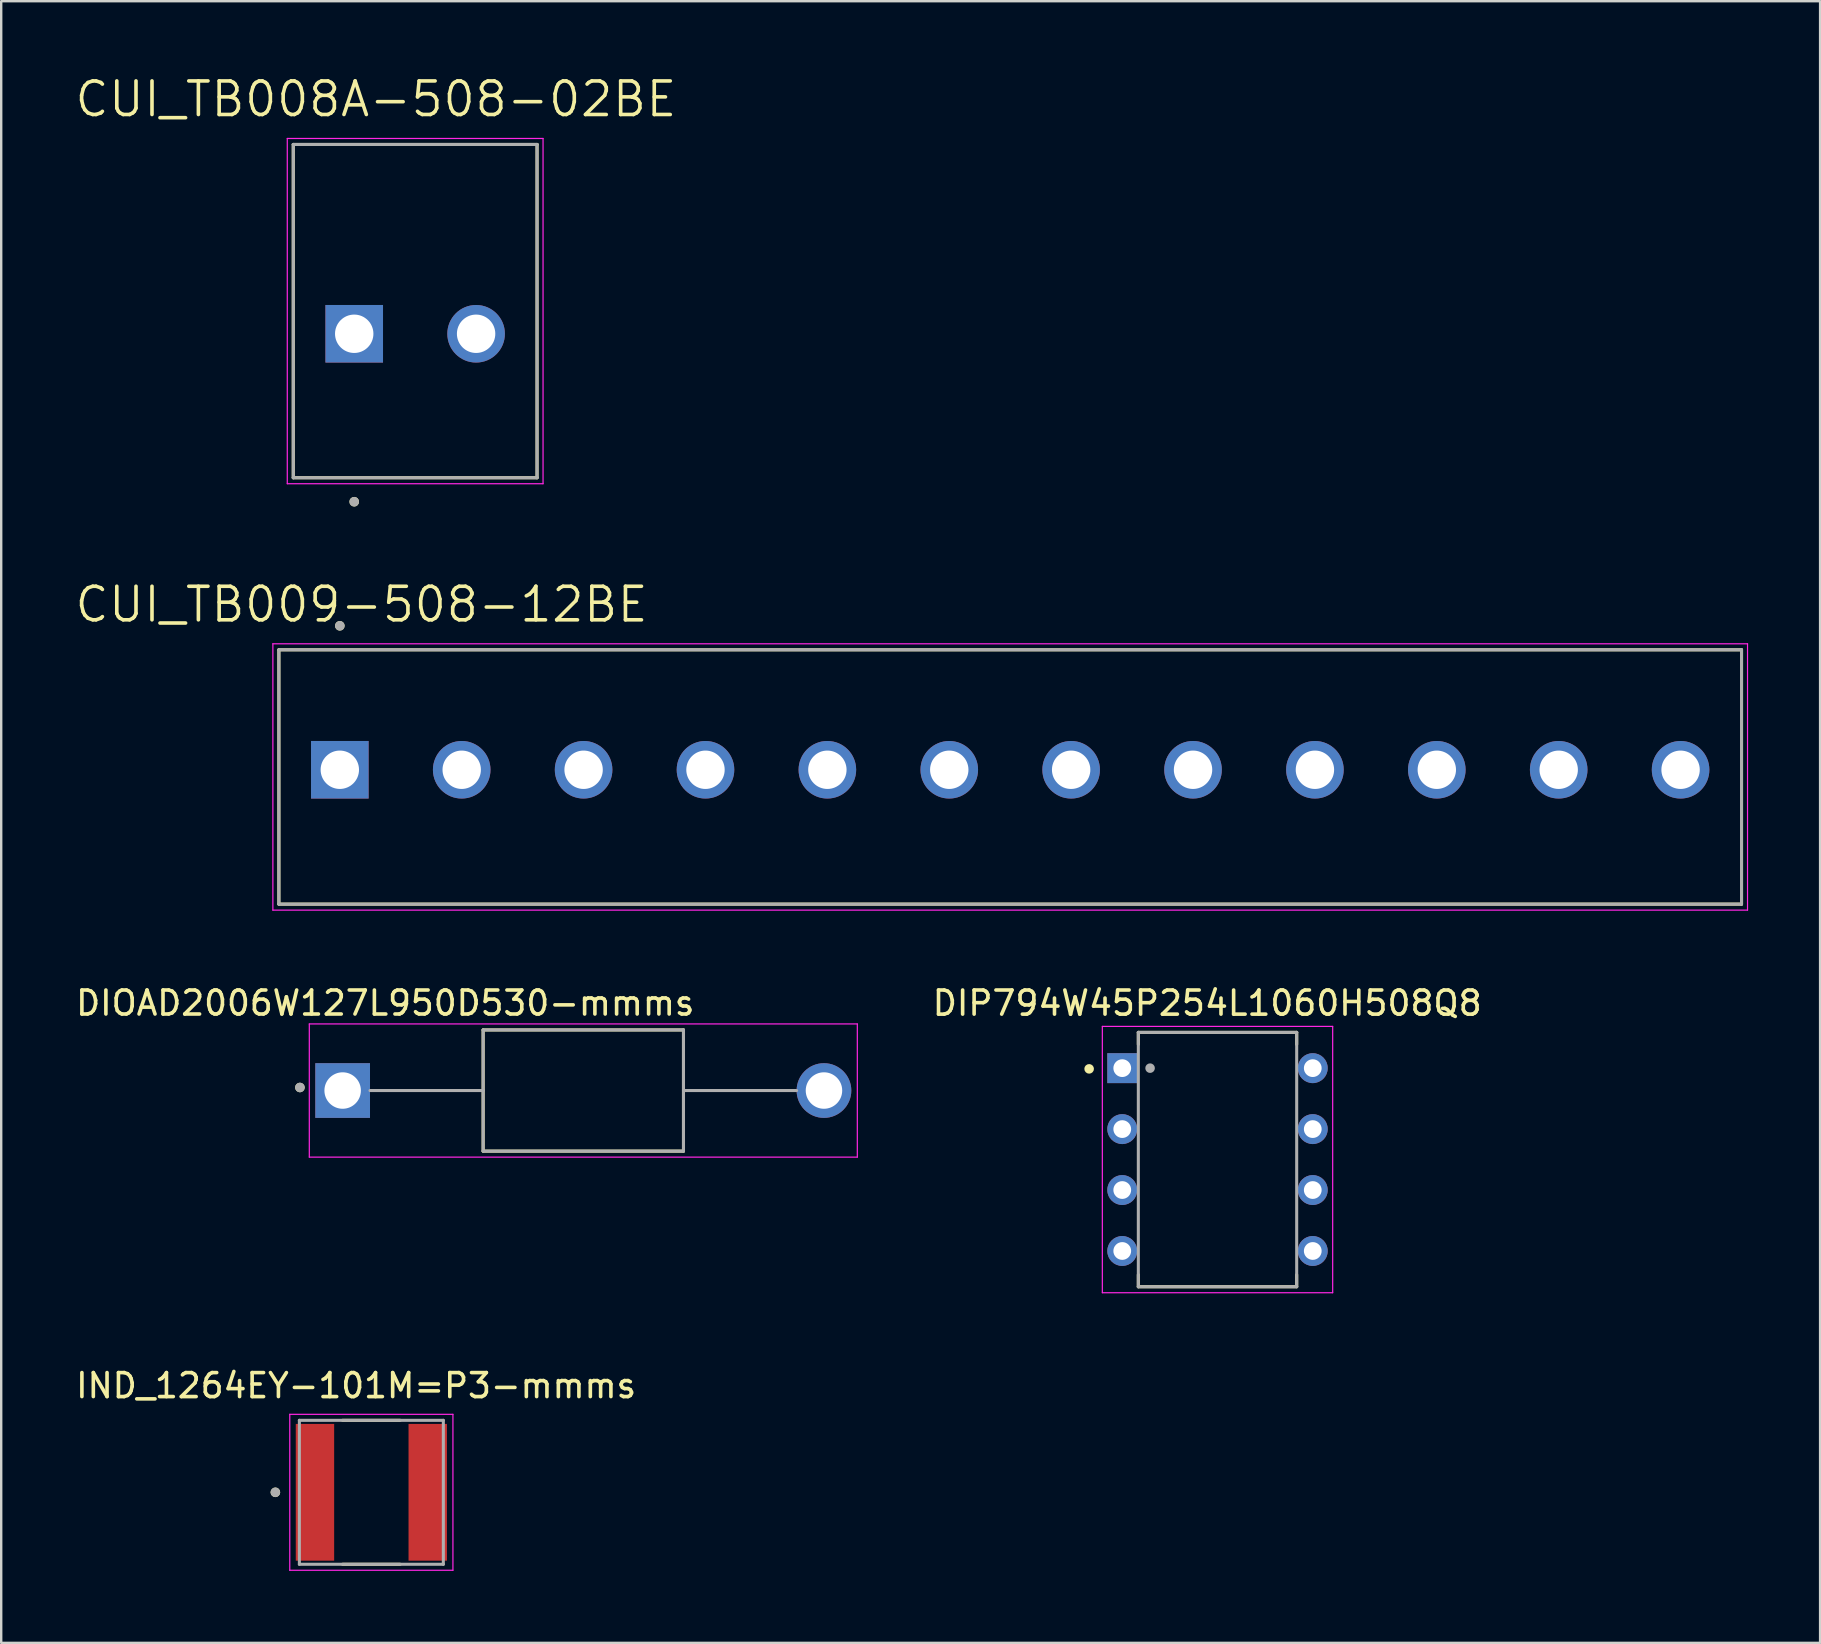
<source format=kicad_pcb>
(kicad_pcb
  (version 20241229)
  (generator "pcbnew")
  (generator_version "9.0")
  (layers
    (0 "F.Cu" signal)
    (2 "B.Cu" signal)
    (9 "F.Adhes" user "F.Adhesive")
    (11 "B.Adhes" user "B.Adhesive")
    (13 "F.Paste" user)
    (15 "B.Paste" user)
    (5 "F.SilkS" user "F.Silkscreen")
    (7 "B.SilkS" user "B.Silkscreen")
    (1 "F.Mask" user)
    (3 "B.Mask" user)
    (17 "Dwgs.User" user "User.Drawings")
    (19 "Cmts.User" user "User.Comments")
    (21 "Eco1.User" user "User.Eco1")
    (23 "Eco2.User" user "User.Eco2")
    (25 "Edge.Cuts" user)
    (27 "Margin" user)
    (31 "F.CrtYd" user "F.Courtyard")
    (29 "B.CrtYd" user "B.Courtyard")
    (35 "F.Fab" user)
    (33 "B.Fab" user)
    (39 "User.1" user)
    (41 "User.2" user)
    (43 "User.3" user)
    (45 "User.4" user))
  (footprint "DIOAD2006W127L950D530-mmms"
    (layer "F.Cu")
    (at 21.261 42.401)
    (property "Reference" "DIOAD2006W127L950D530-mmms" (at -8.255 -3.645 0) (layer "F.SilkS") (effects (font (size 1 1) (thickness 0.15))))
    (attr through_hole)
    (fp_line (start -4.175 -2.525) (end 4.175 -2.525) (stroke (width 0.127) (type solid)) (layer "F.SilkS"))
    (fp_line (start -4.175 2.525) (end -4.175 -2.525) (stroke (width 0.127) (type solid)) (layer "F.SilkS"))
    (fp_line (start 4.175 -2.525) (end 4.175 2.525) (stroke (width 0.127) (type solid)) (layer "F.SilkS"))
    (fp_line (start 4.175 2.525) (end -4.175 2.525) (stroke (width 0.127) (type solid)) (layer "F.SilkS"))
    (fp_circle (center -11.811 -0.127) (end -11.711 -0.127) (stroke (width 0.2) (type solid)) (fill no) (layer "F.SilkS"))
    (fp_line (start -11.42 -2.775) (end 11.42 -2.775) (stroke (width 0.05) (type solid)) (layer "F.CrtYd"))
    (fp_line (start -11.42 2.775) (end -11.42 -2.775) (stroke (width 0.05) (type solid)) (layer "F.CrtYd"))
    (fp_line (start 11.42 -2.775) (end 11.42 2.775) (stroke (width 0.05) (type solid)) (layer "F.CrtYd"))
    (fp_line (start 11.42 2.775) (end -11.42 2.775) (stroke (width 0.05) (type solid)) (layer "F.CrtYd"))
    (fp_line (start -4.175 -2.525) (end 4.175 -2.525) (stroke (width 0.127) (type solid)) (layer "F.Fab"))
    (fp_line (start -4.175 0) (end -8.89 0) (stroke (width 0.127) (type solid)) (layer "F.Fab"))
    (fp_line (start -4.175 0) (end -4.175 -2.525) (stroke (width 0.127) (type solid)) (layer "F.Fab"))
    (fp_line (start -4.175 2.525) (end -4.175 0) (stroke (width 0.127) (type solid)) (layer "F.Fab"))
    (fp_line (start 4.175 -2.525) (end 4.175 0) (stroke (width 0.127) (type solid)) (layer "F.Fab"))
    (fp_line (start 4.175 0) (end 4.175 2.525) (stroke (width 0.127) (type solid)) (layer "F.Fab"))
    (fp_line (start 4.175 0) (end 8.89 0) (stroke (width 0.127) (type solid)) (layer "F.Fab"))
    (fp_line (start 4.175 2.525) (end -4.175 2.525) (stroke (width 0.127) (type solid)) (layer "F.Fab"))
    (fp_circle (center -11.811 -0.127) (end -11.711 -0.127) (stroke (width 0.2) (type solid)) (fill no) (layer "F.Fab"))
    (pad "A" thru_hole circle (at 10.03 0) (size 2.28 2.28) (drill 1.52) (layers "*.Cu" "*.Mask"))
    (pad "C" thru_hole rect (at -10.03 0) (size 2.28 2.28) (drill 1.52) (layers "*.Cu" "*.Mask")))
  (footprint "CUI_TB008A-508-02BE"
    (layer "F.Cu")
    (at 11.713 10.861)
    (property "Reference" "CUI_TB008A-508-02BE" (at 0.905 -9.779 0) (layer "F.SilkS") (effects (font (size 1.4 1.4) (thickness 0.15))))
    (attr through_hole)
    (fp_line (start -2.54 -7.89) (end 7.62 -7.89) (stroke (width 0.127) (type solid)) (layer "F.SilkS"))
    (fp_line (start -2.54 6) (end -2.54 -7.89) (stroke (width 0.127) (type solid)) (layer "F.SilkS"))
    (fp_line (start 7.62 -7.89) (end 7.62 6) (stroke (width 0.127) (type solid)) (layer "F.SilkS"))
    (fp_line (start 7.62 6) (end -2.54 6) (stroke (width 0.127) (type solid)) (layer "F.SilkS"))
    (fp_circle (center 0 7) (end 0.1 7) (stroke (width 0.2) (type solid)) (fill no) (layer "F.SilkS"))
    (fp_line (start -2.79 -8.14) (end 7.87 -8.14) (stroke (width 0.05) (type solid)) (layer "F.CrtYd"))
    (fp_line (start -2.79 6.25) (end -2.79 -8.14) (stroke (width 0.05) (type solid)) (layer "F.CrtYd"))
    (fp_line (start 7.87 -8.14) (end 7.87 6.25) (stroke (width 0.05) (type solid)) (layer "F.CrtYd"))
    (fp_line (start 7.87 6.25) (end -2.79 6.25) (stroke (width 0.05) (type solid)) (layer "F.CrtYd"))
    (fp_line (start -2.54 -7.89) (end 7.62 -7.89) (stroke (width 0.127) (type solid)) (layer "F.Fab"))
    (fp_line (start -2.54 6) (end -2.54 -7.89) (stroke (width 0.127) (type solid)) (layer "F.Fab"))
    (fp_line (start 7.62 -7.89) (end 7.62 6) (stroke (width 0.127) (type solid)) (layer "F.Fab"))
    (fp_line (start 7.62 6) (end -2.54 6) (stroke (width 0.127) (type solid)) (layer "F.Fab"))
    (fp_circle (center 0 7) (end 0.1 7) (stroke (width 0.2) (type solid)) (fill no) (layer "F.Fab"))
    (pad "1" thru_hole rect (at 0 0) (size 2.4 2.4) (drill 1.6) (layers "*.Cu" "*.Mask"))
    (pad "2" thru_hole circle (at 5.08 0) (size 2.4 2.4) (drill 1.6) (layers "*.Cu" "*.Mask")))
  (footprint "IND_1264EY-101M=P3-mmms"
    (layer "F.Cu")
    (at 12.427 59.146)
    (property "Reference" "IND_1264EY-101M=P3-mmms" (at -0.635 -4.445 0) (layer "F.SilkS") (effects (font (size 1 1) (thickness 0.15))))
    (attr smd)
    (fp_line (start -1.2 -3) (end 1.2 -3) (stroke (width 0.127) (type solid)) (layer "F.SilkS"))
    (fp_line (start -1.2 3) (end 1.2 3) (stroke (width 0.127) (type solid)) (layer "F.SilkS"))
    (fp_circle (center -4 0) (end -3.9 0) (stroke (width 0.2) (type solid)) (fill no) (layer "F.SilkS"))
    (fp_line (start -3.4 -3.25) (end 3.4 -3.25) (stroke (width 0.05) (type solid)) (layer "F.CrtYd"))
    (fp_line (start -3.4 3.25) (end -3.4 -3.25) (stroke (width 0.05) (type solid)) (layer "F.CrtYd"))
    (fp_line (start 3.4 -3.25) (end 3.4 3.25) (stroke (width 0.05) (type solid)) (layer "F.CrtYd"))
    (fp_line (start 3.4 3.25) (end -3.4 3.25) (stroke (width 0.05) (type solid)) (layer "F.CrtYd"))
    (fp_line (start -3 -3) (end 3 -3) (stroke (width 0.127) (type solid)) (layer "F.Fab"))
    (fp_line (start -3 3) (end -3 -3) (stroke (width 0.127) (type solid)) (layer "F.Fab"))
    (fp_line (start 3 -3) (end 3 3) (stroke (width 0.127) (type solid)) (layer "F.Fab"))
    (fp_line (start 3 3) (end -3 3) (stroke (width 0.127) (type solid)) (layer "F.Fab"))
    (fp_circle (center -4 0) (end -3.9 0) (stroke (width 0.2) (type solid)) (fill no) (layer "F.Fab"))
    (pad "1" smd rect (at -2.35 0) (size 1.6 5.7) (layers "F.Cu" "F.Mask" "F.Paste"))
    (pad "2" smd rect (at 2.35 0) (size 1.6 5.7) (layers "F.Cu" "F.Mask" "F.Paste")))
  (footprint "DIP794W45P254L1060H508Q8"
    (layer "F.Cu")
    (at 47.693 45.278)
    (property "Reference" "DIP794W45P254L1060H508Q8" (at -0.429 -6.519 0) (layer "F.SilkS") (effects (font (size 1.005 1.005) (thickness 0.15))))
    (attr through_hole)
    (fp_line (start -3.3 -5.3) (end -3.3 -4.8) (stroke (width 0.127) (type solid)) (layer "F.SilkS"))
    (fp_line (start -3.3 -5.3) (end 3.3 -5.3) (stroke (width 0.127) (type solid)) (layer "F.SilkS"))
    (fp_line (start -3.3 4.8) (end -3.3 5.3) (stroke (width 0.127) (type solid)) (layer "F.SilkS"))
    (fp_line (start 3.3 -5.3) (end 3.3 -4.8) (stroke (width 0.127) (type solid)) (layer "F.SilkS"))
    (fp_line (start 3.3 4.8) (end 3.3 5.3) (stroke (width 0.127) (type solid)) (layer "F.SilkS"))
    (fp_line (start 3.3 5.3) (end -3.3 5.3) (stroke (width 0.127) (type solid)) (layer "F.SilkS"))
    (fp_circle (center -5.35 -3.78) (end -5.25 -3.78) (stroke (width 0.2) (type solid)) (fill no) (layer "F.SilkS"))
    (fp_line (start -4.8 -5.55) (end 4.8 -5.55) (stroke (width 0.05) (type solid)) (layer "F.CrtYd"))
    (fp_line (start -4.8 5.55) (end -4.8 -5.55) (stroke (width 0.05) (type solid)) (layer "F.CrtYd"))
    (fp_line (start 4.8 -5.55) (end 4.8 5.55) (stroke (width 0.05) (type solid)) (layer "F.CrtYd"))
    (fp_line (start 4.8 5.55) (end -4.8 5.55) (stroke (width 0.05) (type solid)) (layer "F.CrtYd"))
    (fp_line (start -3.3 -5.3) (end 3.3 -5.3) (stroke (width 0.127) (type solid)) (layer "F.Fab"))
    (fp_line (start -3.3 5.3) (end -3.3 -5.3) (stroke (width 0.127) (type solid)) (layer "F.Fab"))
    (fp_line (start 3.3 -5.3) (end 3.3 5.3) (stroke (width 0.127) (type solid)) (layer "F.Fab"))
    (fp_line (start 3.3 5.3) (end -3.3 5.3) (stroke (width 0.127) (type solid)) (layer "F.Fab"))
    (fp_circle (center -2.81 -3.81) (end -2.71 -3.81) (stroke (width 0.2) (type solid)) (fill no) (layer "F.Fab"))
    (pad "1" thru_hole rect (at -3.97 -3.81) (size 1.248 1.248) (drill 0.74) (layers "*.Cu" "*.Mask"))
    (pad "2" thru_hole circle (at -3.97 -1.27) (size 1.248 1.248) (drill 0.74) (layers "*.Cu" "*.Mask"))
    (pad "3" thru_hole circle (at -3.97 1.27) (size 1.248 1.248) (drill 0.74) (layers "*.Cu" "*.Mask"))
    (pad "4" thru_hole circle (at -3.97 3.81) (size 1.248 1.248) (drill 0.74) (layers "*.Cu" "*.Mask"))
    (pad "5" thru_hole circle (at 3.97 3.81) (size 1.248 1.248) (drill 0.74) (layers "*.Cu" "*.Mask"))
    (pad "6" thru_hole circle (at 3.97 1.27) (size 1.248 1.248) (drill 0.74) (layers "*.Cu" "*.Mask"))
    (pad "7" thru_hole circle (at 3.97 -1.27) (size 1.248 1.248) (drill 0.74) (layers "*.Cu" "*.Mask"))
    (pad "8" thru_hole circle (at 3.97 -3.81) (size 1.248 1.248) (drill 0.74) (layers "*.Cu" "*.Mask")))
  (footprint "CUI_TB009-508-12BE"
    (layer "F.Cu")
    (at 11.113 29.032)
    (property "Reference" "CUI_TB009-508-12BE" (at 0.905 -6.889 0) (layer "F.SilkS") (effects (font (size 1.4 1.4) (thickness 0.15))))
    (attr through_hole)
    (fp_line (start -2.54 -5) (end 58.42 -5) (stroke (width 0.127) (type solid)) (layer "F.SilkS"))
    (fp_line (start -2.54 5.6) (end -2.54 -5) (stroke (width 0.127) (type solid)) (layer "F.SilkS"))
    (fp_line (start 58.42 -5) (end 58.42 5.6) (stroke (width 0.127) (type solid)) (layer "F.SilkS"))
    (fp_line (start 58.42 5.6) (end -2.54 5.6) (stroke (width 0.127) (type solid)) (layer "F.SilkS"))
    (fp_circle (center 0 -6) (end 0.1 -6) (stroke (width 0.2) (type solid)) (fill no) (layer "F.SilkS"))
    (fp_line (start -2.79 -5.25) (end 58.67 -5.25) (stroke (width 0.05) (type solid)) (layer "F.CrtYd"))
    (fp_line (start -2.79 5.85) (end -2.79 -5.25) (stroke (width 0.05) (type solid)) (layer "F.CrtYd"))
    (fp_line (start 58.67 -5.25) (end 58.67 5.85) (stroke (width 0.05) (type solid)) (layer "F.CrtYd"))
    (fp_line (start 58.67 5.85) (end -2.79 5.85) (stroke (width 0.05) (type solid)) (layer "F.CrtYd"))
    (fp_line (start -2.54 -5) (end 58.42 -5) (stroke (width 0.127) (type solid)) (layer "F.Fab"))
    (fp_line (start -2.54 5.6) (end -2.54 -5) (stroke (width 0.127) (type solid)) (layer "F.Fab"))
    (fp_line (start 58.42 -5) (end 58.42 5.6) (stroke (width 0.127) (type solid)) (layer "F.Fab"))
    (fp_line (start 58.42 5.6) (end -2.54 5.6) (stroke (width 0.127) (type solid)) (layer "F.Fab"))
    (fp_circle (center 0 -6) (end 0.1 -6) (stroke (width 0.2) (type solid)) (fill no) (layer "F.Fab"))
    (pad "1" thru_hole rect (at 0 0) (size 2.4 2.4) (drill 1.6) (layers "*.Cu" "*.Mask"))
    (pad "2" thru_hole circle (at 5.08 0) (size 2.4 2.4) (drill 1.6) (layers "*.Cu" "*.Mask"))
    (pad "3" thru_hole circle (at 10.16 0) (size 2.4 2.4) (drill 1.6) (layers "*.Cu" "*.Mask"))
    (pad "4" thru_hole circle (at 15.24 0) (size 2.4 2.4) (drill 1.6) (layers "*.Cu" "*.Mask"))
    (pad "5" thru_hole circle (at 20.32 0) (size 2.4 2.4) (drill 1.6) (layers "*.Cu" "*.Mask"))
    (pad "6" thru_hole circle (at 25.4 0) (size 2.4 2.4) (drill 1.6) (layers "*.Cu" "*.Mask"))
    (pad "7" thru_hole circle (at 30.48 0) (size 2.4 2.4) (drill 1.6) (layers "*.Cu" "*.Mask"))
    (pad "8" thru_hole circle (at 35.56 0) (size 2.4 2.4) (drill 1.6) (layers "*.Cu" "*.Mask"))
    (pad "9" thru_hole circle (at 40.64 0) (size 2.4 2.4) (drill 1.6) (layers "*.Cu" "*.Mask"))
    (pad "10" thru_hole circle (at 45.72 0) (size 2.4 2.4) (drill 1.6) (layers "*.Cu" "*.Mask"))
    (pad "11" thru_hole circle (at 50.8 0) (size 2.4 2.4) (drill 1.6) (layers "*.Cu" "*.Mask"))
    (pad "12" thru_hole circle (at 55.88 0) (size 2.4 2.4) (drill 1.6) (layers "*.Cu" "*.Mask")))
  (gr_rect
    (start -3 -3)
    (end 72.808 65.421)
    (stroke (width 0.1) (type default))
    (fill no)
    (layer "Edge.Cuts")))
</source>
